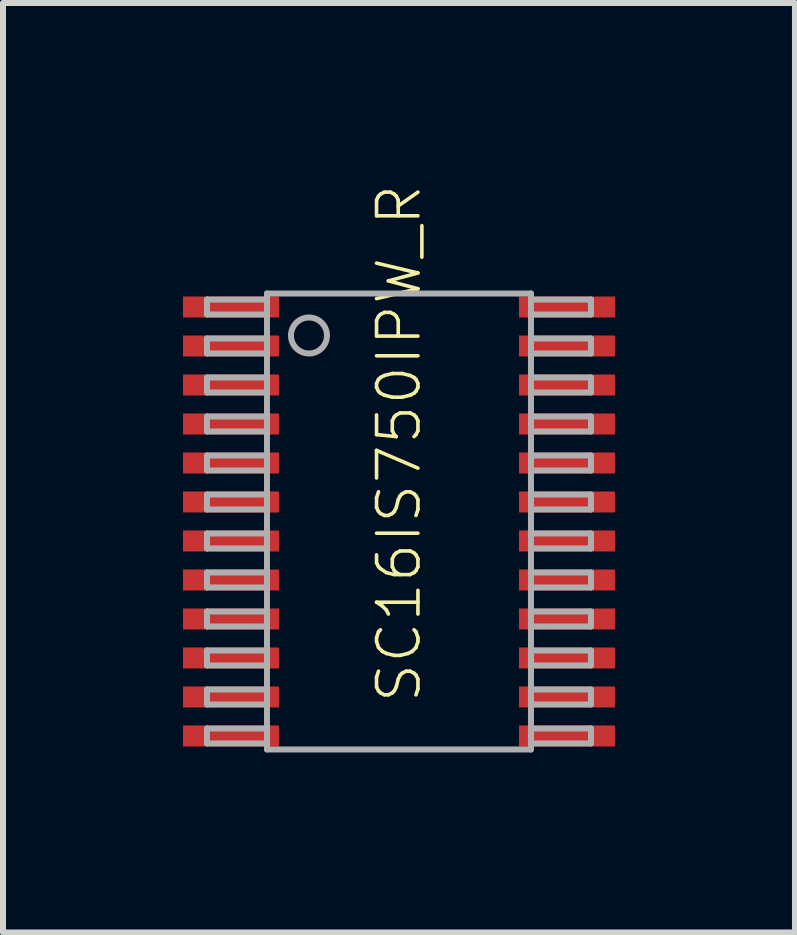
<source format=kicad_pcb>
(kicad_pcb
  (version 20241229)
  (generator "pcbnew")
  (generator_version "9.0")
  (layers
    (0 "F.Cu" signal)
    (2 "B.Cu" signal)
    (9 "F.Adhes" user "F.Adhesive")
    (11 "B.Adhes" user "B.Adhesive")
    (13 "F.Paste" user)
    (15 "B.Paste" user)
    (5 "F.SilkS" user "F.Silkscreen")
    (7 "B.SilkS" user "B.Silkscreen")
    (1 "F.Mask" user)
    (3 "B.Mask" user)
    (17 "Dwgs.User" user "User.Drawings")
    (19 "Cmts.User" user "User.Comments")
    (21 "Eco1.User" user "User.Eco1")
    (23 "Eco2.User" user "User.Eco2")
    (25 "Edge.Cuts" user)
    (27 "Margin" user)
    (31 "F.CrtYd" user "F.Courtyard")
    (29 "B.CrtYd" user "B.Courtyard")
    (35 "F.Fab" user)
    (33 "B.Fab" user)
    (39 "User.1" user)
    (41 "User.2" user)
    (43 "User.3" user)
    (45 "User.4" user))
  (footprint "SC16IS750IPW_R"
    (layer "F.Cu")
    (at 3.6 5.612)
    (property "Reference" "SC16IS750IPW_R" (at 0 -1.27 90) (unlocked yes) (layer "F.SilkS") (effects (font (size 0.69 0.69) (thickness 0.06))))
    (fp_line (start -3.2 -3.67) (end -3.2 -3.42) (stroke (width 0.1) (type solid)) (layer "F.Fab"))
    (fp_line (start -3.2 -3.42) (end -2.2 -3.42) (stroke (width 0.1) (type solid)) (layer "F.Fab"))
    (fp_line (start -3.2 -3.02) (end -3.2 -2.77) (stroke (width 0.1) (type solid)) (layer "F.Fab"))
    (fp_line (start -3.2 -2.77) (end -2.2 -2.77) (stroke (width 0.1) (type solid)) (layer "F.Fab"))
    (fp_line (start -3.2 -2.37) (end -3.2 -2.12) (stroke (width 0.1) (type solid)) (layer "F.Fab"))
    (fp_line (start -3.2 -2.12) (end -2.2 -2.12) (stroke (width 0.1) (type solid)) (layer "F.Fab"))
    (fp_line (start -3.2 -1.72) (end -3.2 -1.47) (stroke (width 0.1) (type solid)) (layer "F.Fab"))
    (fp_line (start -3.2 -1.47) (end -2.2 -1.47) (stroke (width 0.1) (type solid)) (layer "F.Fab"))
    (fp_line (start -3.2 -1.07) (end -3.2 -0.82) (stroke (width 0.1) (type solid)) (layer "F.Fab"))
    (fp_line (start -3.2 -0.82) (end -2.2 -0.82) (stroke (width 0.1) (type solid)) (layer "F.Fab"))
    (fp_line (start -3.2 -0.42) (end -3.2 -0.17) (stroke (width 0.1) (type solid)) (layer "F.Fab"))
    (fp_line (start -3.2 -0.17) (end -2.2 -0.17) (stroke (width 0.1) (type solid)) (layer "F.Fab"))
    (fp_line (start -3.2 0.23) (end -3.2 0.48) (stroke (width 0.1) (type solid)) (layer "F.Fab"))
    (fp_line (start -3.2 0.48) (end -2.2 0.48) (stroke (width 0.1) (type solid)) (layer "F.Fab"))
    (fp_line (start -3.2 0.88) (end -3.2 1.13) (stroke (width 0.1) (type solid)) (layer "F.Fab"))
    (fp_line (start -3.2 1.13) (end -2.2 1.13) (stroke (width 0.1) (type solid)) (layer "F.Fab"))
    (fp_line (start -3.2 1.53) (end -3.2 1.78) (stroke (width 0.1) (type solid)) (layer "F.Fab"))
    (fp_line (start -3.2 1.78) (end -2.2 1.78) (stroke (width 0.1) (type solid)) (layer "F.Fab"))
    (fp_line (start -3.2 2.18) (end -3.2 2.43) (stroke (width 0.1) (type solid)) (layer "F.Fab"))
    (fp_line (start -3.2 2.43) (end -2.2 2.43) (stroke (width 0.1) (type solid)) (layer "F.Fab"))
    (fp_line (start -3.2 2.83) (end -3.2 3.08) (stroke (width 0.1) (type solid)) (layer "F.Fab"))
    (fp_line (start -3.2 3.08) (end -2.2 3.08) (stroke (width 0.1) (type solid)) (layer "F.Fab"))
    (fp_line (start -3.2 3.48) (end -3.2 3.73) (stroke (width 0.1) (type solid)) (layer "F.Fab"))
    (fp_line (start -3.2 3.73) (end -2.2 3.73) (stroke (width 0.1) (type solid)) (layer "F.Fab"))
    (fp_line (start -2.2 -3.77) (end 2.2 -3.77) (stroke (width 0.1) (type solid)) (layer "F.Fab"))
    (fp_line (start -2.2 -3.67) (end -3.2 -3.67) (stroke (width 0.1) (type solid)) (layer "F.Fab"))
    (fp_line (start -2.2 -3.67) (end -2.2 -3.77) (stroke (width 0.1) (type solid)) (layer "F.Fab"))
    (fp_line (start -2.2 -3.42) (end -2.2 -3.67) (stroke (width 0.1) (type solid)) (layer "F.Fab"))
    (fp_line (start -2.2 -3.02) (end -3.2 -3.02) (stroke (width 0.1) (type solid)) (layer "F.Fab"))
    (fp_line (start -2.2 -3.02) (end -2.2 -3.42) (stroke (width 0.1) (type solid)) (layer "F.Fab"))
    (fp_line (start -2.2 -2.77) (end -2.2 -3.02) (stroke (width 0.1) (type solid)) (layer "F.Fab"))
    (fp_line (start -2.2 -2.37) (end -3.2 -2.37) (stroke (width 0.1) (type solid)) (layer "F.Fab"))
    (fp_line (start -2.2 -2.37) (end -2.2 -2.77) (stroke (width 0.1) (type solid)) (layer "F.Fab"))
    (fp_line (start -2.2 -2.12) (end -2.2 -2.37) (stroke (width 0.1) (type solid)) (layer "F.Fab"))
    (fp_line (start -2.2 -1.72) (end -3.2 -1.72) (stroke (width 0.1) (type solid)) (layer "F.Fab"))
    (fp_line (start -2.2 -1.72) (end -2.2 -2.12) (stroke (width 0.1) (type solid)) (layer "F.Fab"))
    (fp_line (start -2.2 -1.47) (end -2.2 -1.72) (stroke (width 0.1) (type solid)) (layer "F.Fab"))
    (fp_line (start -2.2 -1.07) (end -3.2 -1.07) (stroke (width 0.1) (type solid)) (layer "F.Fab"))
    (fp_line (start -2.2 -1.07) (end -2.2 -1.47) (stroke (width 0.1) (type solid)) (layer "F.Fab"))
    (fp_line (start -2.2 -0.82) (end -2.2 -1.07) (stroke (width 0.1) (type solid)) (layer "F.Fab"))
    (fp_line (start -2.2 -0.42) (end -3.2 -0.42) (stroke (width 0.1) (type solid)) (layer "F.Fab"))
    (fp_line (start -2.2 -0.42) (end -2.2 -0.82) (stroke (width 0.1) (type solid)) (layer "F.Fab"))
    (fp_line (start -2.2 -0.17) (end -2.2 -0.42) (stroke (width 0.1) (type solid)) (layer "F.Fab"))
    (fp_line (start -2.2 0.23) (end -3.2 0.23) (stroke (width 0.1) (type solid)) (layer "F.Fab"))
    (fp_line (start -2.2 0.23) (end -2.2 -0.17) (stroke (width 0.1) (type solid)) (layer "F.Fab"))
    (fp_line (start -2.2 0.48) (end -2.2 0.23) (stroke (width 0.1) (type solid)) (layer "F.Fab"))
    (fp_line (start -2.2 0.88) (end -3.2 0.88) (stroke (width 0.1) (type solid)) (layer "F.Fab"))
    (fp_line (start -2.2 0.88) (end -2.2 0.48) (stroke (width 0.1) (type solid)) (layer "F.Fab"))
    (fp_line (start -2.2 1.13) (end -2.2 0.88) (stroke (width 0.1) (type solid)) (layer "F.Fab"))
    (fp_line (start -2.2 1.53) (end -3.2 1.53) (stroke (width 0.1) (type solid)) (layer "F.Fab"))
    (fp_line (start -2.2 1.78) (end -2.2 1.53) (stroke (width 0.1) (type solid)) (layer "F.Fab"))
    (fp_line (start -2.2 2.18) (end -3.2 2.18) (stroke (width 0.1) (type solid)) (layer "F.Fab"))
    (fp_line (start -2.2 2.43) (end -2.2 2.18) (stroke (width 0.1) (type solid)) (layer "F.Fab"))
    (fp_line (start -2.2 2.83) (end -3.2 2.83) (stroke (width 0.1) (type solid)) (layer "F.Fab"))
    (fp_line (start -2.2 3.08) (end -2.2 2.83) (stroke (width 0.1) (type solid)) (layer "F.Fab"))
    (fp_line (start -2.2 3.48) (end -3.2 3.48) (stroke (width 0.1) (type solid)) (layer "F.Fab"))
    (fp_line (start -2.2 3.73) (end -2.2 3.48) (stroke (width 0.1) (type solid)) (layer "F.Fab"))
    (fp_line (start -2.2 3.83) (end -2.2 1.13) (stroke (width 0.1) (type solid)) (layer "F.Fab"))
    (fp_line (start 2.2 -3.77) (end 2.2 -3.67) (stroke (width 0.1) (type solid)) (layer "F.Fab"))
    (fp_line (start 2.2 -3.67) (end 2.2 -3.42) (stroke (width 0.1) (type solid)) (layer "F.Fab"))
    (fp_line (start 2.2 -3.42) (end 2.2 -3.02) (stroke (width 0.1) (type solid)) (layer "F.Fab"))
    (fp_line (start 2.2 -3.42) (end 3.2 -3.42) (stroke (width 0.1) (type solid)) (layer "F.Fab"))
    (fp_line (start 2.2 -3.02) (end 2.2 -2.77) (stroke (width 0.1) (type solid)) (layer "F.Fab"))
    (fp_line (start 2.2 -2.77) (end 2.2 -2.37) (stroke (width 0.1) (type solid)) (layer "F.Fab"))
    (fp_line (start 2.2 -2.77) (end 3.2 -2.77) (stroke (width 0.1) (type solid)) (layer "F.Fab"))
    (fp_line (start 2.2 -2.37) (end 2.2 -2.12) (stroke (width 0.1) (type solid)) (layer "F.Fab"))
    (fp_line (start 2.2 -2.12) (end 2.2 -1.72) (stroke (width 0.1) (type solid)) (layer "F.Fab"))
    (fp_line (start 2.2 -2.12) (end 3.2 -2.12) (stroke (width 0.1) (type solid)) (layer "F.Fab"))
    (fp_line (start 2.2 -1.72) (end 2.2 -1.47) (stroke (width 0.1) (type solid)) (layer "F.Fab"))
    (fp_line (start 2.2 -1.47) (end 2.2 -1.07) (stroke (width 0.1) (type solid)) (layer "F.Fab"))
    (fp_line (start 2.2 -1.47) (end 3.2 -1.47) (stroke (width 0.1) (type solid)) (layer "F.Fab"))
    (fp_line (start 2.2 -1.07) (end 2.2 -0.82) (stroke (width 0.1) (type solid)) (layer "F.Fab"))
    (fp_line (start 2.2 -0.82) (end 2.2 -0.42) (stroke (width 0.1) (type solid)) (layer "F.Fab"))
    (fp_line (start 2.2 -0.82) (end 3.2 -0.82) (stroke (width 0.1) (type solid)) (layer "F.Fab"))
    (fp_line (start 2.2 -0.42) (end 2.2 -0.17) (stroke (width 0.1) (type solid)) (layer "F.Fab"))
    (fp_line (start 2.2 -0.17) (end 2.2 0.23) (stroke (width 0.1) (type solid)) (layer "F.Fab"))
    (fp_line (start 2.2 -0.17) (end 3.2 -0.17) (stroke (width 0.1) (type solid)) (layer "F.Fab"))
    (fp_line (start 2.2 0.23) (end 2.2 0.48) (stroke (width 0.1) (type solid)) (layer "F.Fab"))
    (fp_line (start 2.2 0.48) (end 2.2 0.88) (stroke (width 0.1) (type solid)) (layer "F.Fab"))
    (fp_line (start 2.2 0.48) (end 3.2 0.48) (stroke (width 0.1) (type solid)) (layer "F.Fab"))
    (fp_line (start 2.2 0.88) (end 2.2 1.13) (stroke (width 0.1) (type solid)) (layer "F.Fab"))
    (fp_line (start 2.2 1.13) (end 2.2 3.83) (stroke (width 0.1) (type solid)) (layer "F.Fab"))
    (fp_line (start 2.2 1.13) (end 3.2 1.13) (stroke (width 0.1) (type solid)) (layer "F.Fab"))
    (fp_line (start 2.2 1.53) (end 2.2 1.78) (stroke (width 0.1) (type solid)) (layer "F.Fab"))
    (fp_line (start 2.2 1.78) (end 3.2 1.78) (stroke (width 0.1) (type solid)) (layer "F.Fab"))
    (fp_line (start 2.2 2.18) (end 2.2 2.43) (stroke (width 0.1) (type solid)) (layer "F.Fab"))
    (fp_line (start 2.2 2.43) (end 3.2 2.43) (stroke (width 0.1) (type solid)) (layer "F.Fab"))
    (fp_line (start 2.2 2.83) (end 2.2 3.08) (stroke (width 0.1) (type solid)) (layer "F.Fab"))
    (fp_line (start 2.2 3.08) (end 3.2 3.08) (stroke (width 0.1) (type solid)) (layer "F.Fab"))
    (fp_line (start 2.2 3.48) (end 2.2 3.73) (stroke (width 0.1) (type solid)) (layer "F.Fab"))
    (fp_line (start 2.2 3.73) (end 3.2 3.73) (stroke (width 0.1) (type solid)) (layer "F.Fab"))
    (fp_line (start 2.2 3.83) (end -2.2 3.83) (stroke (width 0.1) (type solid)) (layer "F.Fab"))
    (fp_line (start 3.2 -3.67) (end 2.2 -3.67) (stroke (width 0.1) (type solid)) (layer "F.Fab"))
    (fp_line (start 3.2 -3.42) (end 3.2 -3.67) (stroke (width 0.1) (type solid)) (layer "F.Fab"))
    (fp_line (start 3.2 -3.02) (end 2.2 -3.02) (stroke (width 0.1) (type solid)) (layer "F.Fab"))
    (fp_line (start 3.2 -2.77) (end 3.2 -3.02) (stroke (width 0.1) (type solid)) (layer "F.Fab"))
    (fp_line (start 3.2 -2.37) (end 2.2 -2.37) (stroke (width 0.1) (type solid)) (layer "F.Fab"))
    (fp_line (start 3.2 -2.12) (end 3.2 -2.37) (stroke (width 0.1) (type solid)) (layer "F.Fab"))
    (fp_line (start 3.2 -1.72) (end 2.2 -1.72) (stroke (width 0.1) (type solid)) (layer "F.Fab"))
    (fp_line (start 3.2 -1.47) (end 3.2 -1.72) (stroke (width 0.1) (type solid)) (layer "F.Fab"))
    (fp_line (start 3.2 -1.07) (end 2.2 -1.07) (stroke (width 0.1) (type solid)) (layer "F.Fab"))
    (fp_line (start 3.2 -0.82) (end 3.2 -1.07) (stroke (width 0.1) (type solid)) (layer "F.Fab"))
    (fp_line (start 3.2 -0.42) (end 2.2 -0.42) (stroke (width 0.1) (type solid)) (layer "F.Fab"))
    (fp_line (start 3.2 -0.17) (end 3.2 -0.42) (stroke (width 0.1) (type solid)) (layer "F.Fab"))
    (fp_line (start 3.2 0.23) (end 2.2 0.23) (stroke (width 0.1) (type solid)) (layer "F.Fab"))
    (fp_line (start 3.2 0.48) (end 3.2 0.23) (stroke (width 0.1) (type solid)) (layer "F.Fab"))
    (fp_line (start 3.2 0.88) (end 2.2 0.88) (stroke (width 0.1) (type solid)) (layer "F.Fab"))
    (fp_line (start 3.2 1.13) (end 3.2 0.88) (stroke (width 0.1) (type solid)) (layer "F.Fab"))
    (fp_line (start 3.2 1.53) (end 2.2 1.53) (stroke (width 0.1) (type solid)) (layer "F.Fab"))
    (fp_line (start 3.2 1.78) (end 3.2 1.53) (stroke (width 0.1) (type solid)) (layer "F.Fab"))
    (fp_line (start 3.2 2.18) (end 2.2 2.18) (stroke (width 0.1) (type solid)) (layer "F.Fab"))
    (fp_line (start 3.2 2.43) (end 3.2 2.18) (stroke (width 0.1) (type solid)) (layer "F.Fab"))
    (fp_line (start 3.2 2.83) (end 2.2 2.83) (stroke (width 0.1) (type solid)) (layer "F.Fab"))
    (fp_line (start 3.2 3.08) (end 3.2 2.83) (stroke (width 0.1) (type solid)) (layer "F.Fab"))
    (fp_line (start 3.2 3.48) (end 2.2 3.48) (stroke (width 0.1) (type solid)) (layer "F.Fab"))
    (fp_line (start 3.2 3.73) (end 3.2 3.48) (stroke (width 0.1) (type solid)) (layer "F.Fab"))
    (fp_circle (center -1.5 -3.07) (end -1.2 -3.07) (stroke (width 0.1) (type solid)) (fill no) (layer "F.Fab"))
    (pad "1" smd rect (at -2.8 -3.545) (size 1.6 0.35) (layers "F.Cu" "F.Mask" "F.Paste"))
    (pad "2" smd rect (at -2.8 -2.895) (size 1.6 0.35) (layers "F.Cu" "F.Mask" "F.Paste"))
    (pad "3" smd rect (at -2.8 -2.245) (size 1.6 0.35) (layers "F.Cu" "F.Mask" "F.Paste"))
    (pad "4" smd rect (at -2.8 -1.595) (size 1.6 0.35) (layers "F.Cu" "F.Mask" "F.Paste"))
    (pad "5" smd rect (at -2.8 -0.945) (size 1.6 0.35) (layers "F.Cu" "F.Mask" "F.Paste"))
    (pad "6" smd rect (at -2.8 -0.295) (size 1.6 0.35) (layers "F.Cu" "F.Mask" "F.Paste"))
    (pad "7" smd rect (at -2.8 0.355) (size 1.6 0.35) (layers "F.Cu" "F.Mask" "F.Paste"))
    (pad "8" smd rect (at -2.8 1.005) (size 1.6 0.35) (layers "F.Cu" "F.Mask" "F.Paste"))
    (pad "9" smd rect (at -2.8 1.655) (size 1.6 0.35) (layers "F.Cu" "F.Mask" "F.Paste"))
    (pad "10" smd rect (at -2.8 2.305) (size 1.6 0.35) (layers "F.Cu" "F.Mask" "F.Paste"))
    (pad "11" smd rect (at -2.8 2.955) (size 1.6 0.35) (layers "F.Cu" "F.Mask" "F.Paste"))
    (pad "12" smd rect (at -2.8 3.605) (size 1.6 0.35) (layers "F.Cu" "F.Mask" "F.Paste"))
    (pad "13" smd rect (at 2.8 3.605) (size 1.6 0.35) (layers "F.Cu" "F.Mask" "F.Paste"))
    (pad "14" smd rect (at 2.8 2.955) (size 1.6 0.35) (layers "F.Cu" "F.Mask" "F.Paste"))
    (pad "15" smd rect (at 2.8 2.305) (size 1.6 0.35) (layers "F.Cu" "F.Mask" "F.Paste"))
    (pad "16" smd rect (at 2.8 1.655) (size 1.6 0.35) (layers "F.Cu" "F.Mask" "F.Paste"))
    (pad "17" smd rect (at 2.8 1.005) (size 1.6 0.35) (layers "F.Cu" "F.Mask" "F.Paste"))
    (pad "18" smd rect (at 2.8 0.355) (size 1.6 0.35) (layers "F.Cu" "F.Mask" "F.Paste"))
    (pad "19" smd rect (at 2.8 -0.295) (size 1.6 0.35) (layers "F.Cu" "F.Mask" "F.Paste"))
    (pad "20" smd rect (at 2.8 -0.945) (size 1.6 0.35) (layers "F.Cu" "F.Mask" "F.Paste"))
    (pad "21" smd rect (at 2.8 -1.595) (size 1.6 0.35) (layers "F.Cu" "F.Mask" "F.Paste"))
    (pad "22" smd rect (at 2.8 -2.245) (size 1.6 0.35) (layers "F.Cu" "F.Mask" "F.Paste"))
    (pad "23" smd rect (at 2.8 -2.895) (size 1.6 0.35) (layers "F.Cu" "F.Mask" "F.Paste"))
    (pad "24" smd rect (at 2.8 -3.545) (size 1.6 0.35) (layers "F.Cu" "F.Mask" "F.Paste")))
  (gr_rect
    (start -3 -3)
    (end 10.2 12.492)
    (stroke (width 0.1) (type default))
    (fill no)
    (layer "Edge.Cuts")))
</source>
